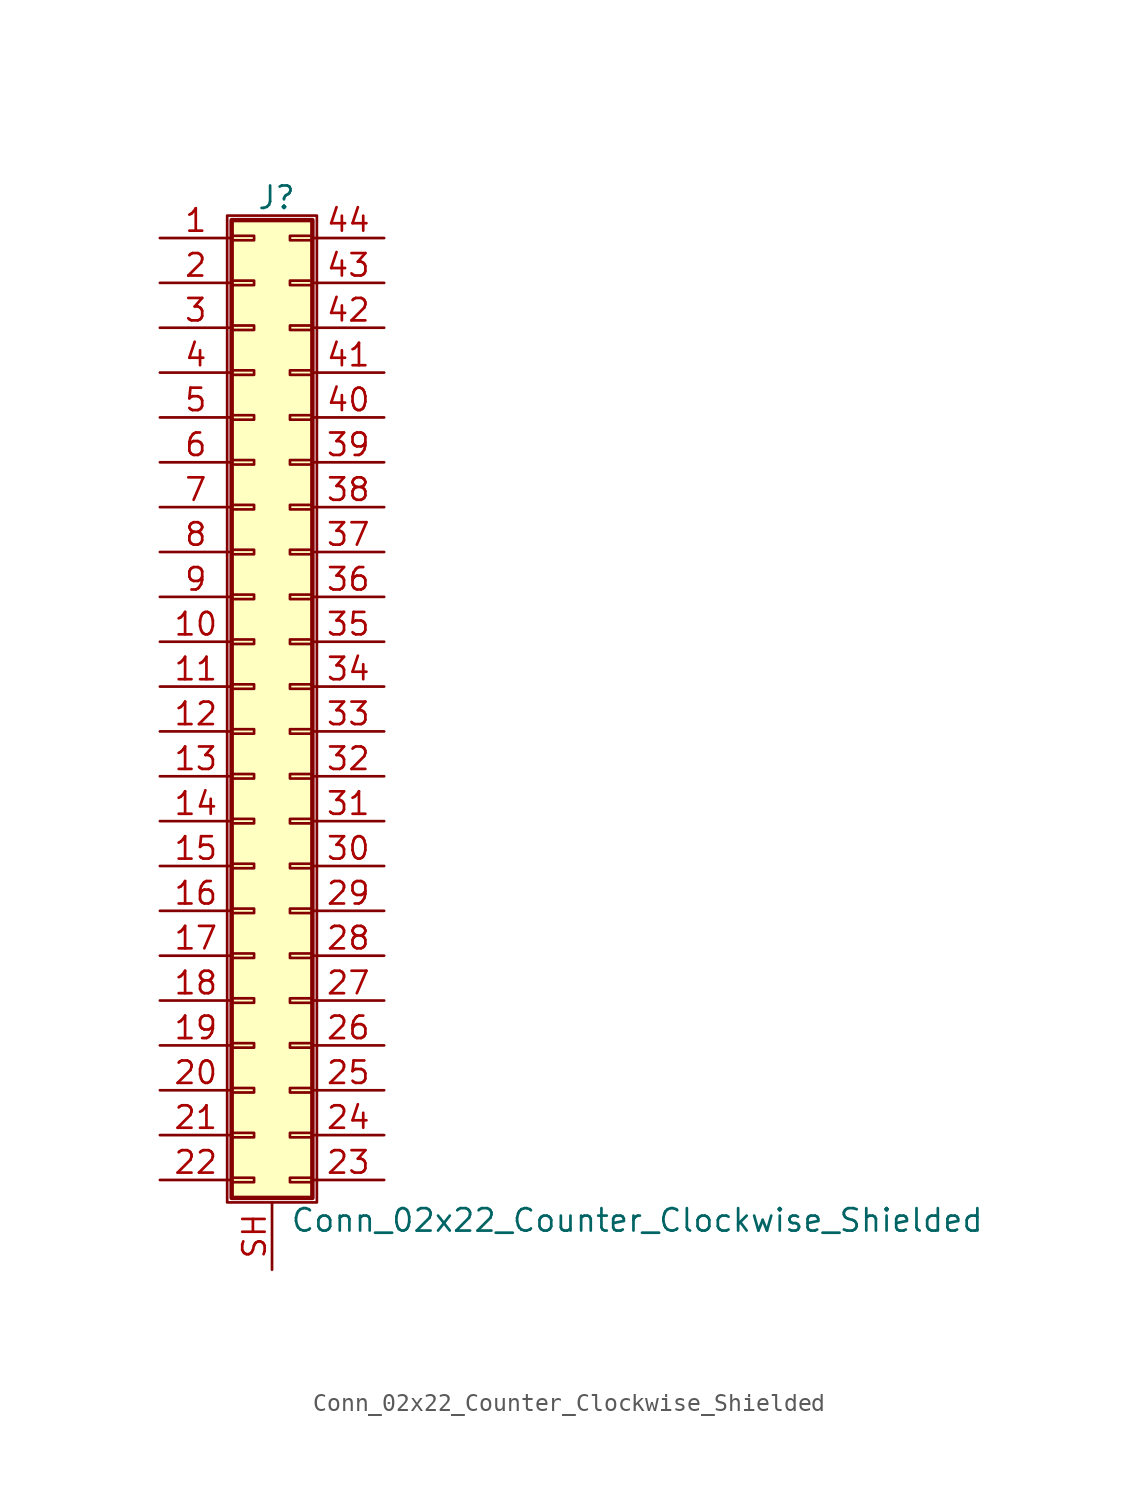
<source format=kicad_sym>
(kicad_symbol_lib
  (version 20211014)
  (generator kicad_symbol_editor)
  (symbol "Conn_02x22_Counter_Clockwise_Shielded"
    (pin_names
      (offset 1.016) hide)
    (property "Reference" "J"
      (at 1.524 27.686 0)
      (effects (font (size 1.27 1.27))))
    (property "Value" "Conn_02x22_Counter_Clockwise_Shielded"
      (at 2.286 -30.226 0)
      (effects (font (size 1.27 1.27)) (justify left)))
    (symbol "Conn_02x22_Counter_Clockwise_Shielded_1_1"
      (rectangle (start -1.27 26.67) (end 3.81 -29.21) (stroke (width 0.152) (type default) (color 0 0 0 0)) (fill (type none)))
      (rectangle (start -1.016 -27.813) (end 0.254 -28.067) (stroke (width 0.152) (type default) (color 0 0 0 0)) (fill (type none)))
      (rectangle (start -1.016 -25.273) (end 0.254 -25.527) (stroke (width 0.152) (type default) (color 0 0 0 0)) (fill (type none)))
      (rectangle (start -1.016 -22.733) (end 0.254 -22.987) (stroke (width 0.152) (type default) (color 0 0 0 0)) (fill (type none)))
      (rectangle (start -1.016 -20.193) (end 0.254 -20.447) (stroke (width 0.152) (type default) (color 0 0 0 0)) (fill (type none)))
      (rectangle (start -1.016 -17.653) (end 0.254 -17.907) (stroke (width 0.152) (type default) (color 0 0 0 0)) (fill (type none)))
      (rectangle (start -1.016 -15.113) (end 0.254 -15.367) (stroke (width 0.152) (type default) (color 0 0 0 0)) (fill (type none)))
      (rectangle (start -1.016 -12.573) (end 0.254 -12.827) (stroke (width 0.152) (type default) (color 0 0 0 0)) (fill (type none)))
      (rectangle (start -1.016 -10.033) (end 0.254 -10.287) (stroke (width 0.152) (type default) (color 0 0 0 0)) (fill (type none)))
      (rectangle (start -1.016 -7.493) (end 0.254 -7.747) (stroke (width 0.152) (type default) (color 0 0 0 0)) (fill (type none)))
      (rectangle (start -1.016 -4.953) (end 0.254 -5.207) (stroke (width 0.152) (type default) (color 0 0 0 0)) (fill (type none)))
      (rectangle (start -1.016 -2.413) (end 0.254 -2.667) (stroke (width 0.152) (type default) (color 0 0 0 0)) (fill (type none)))
      (rectangle (start -1.016 0.127) (end 0.254 -0.127) (stroke (width 0.152) (type default) (color 0 0 0 0)) (fill (type none)))
      (rectangle (start -1.016 2.667) (end 0.254 2.413) (stroke (width 0.152) (type default) (color 0 0 0 0)) (fill (type none)))
      (rectangle (start -1.016 5.207) (end 0.254 4.953) (stroke (width 0.152) (type default) (color 0 0 0 0)) (fill (type none)))
      (rectangle (start -1.016 7.747) (end 0.254 7.493) (stroke (width 0.152) (type default) (color 0 0 0 0)) (fill (type none)))
      (rectangle (start -1.016 10.287) (end 0.254 10.033) (stroke (width 0.152) (type default) (color 0 0 0 0)) (fill (type none)))
      (rectangle (start -1.016 12.827) (end 0.254 12.573) (stroke (width 0.152) (type default) (color 0 0 0 0)) (fill (type none)))
      (rectangle (start -1.016 15.367) (end 0.254 15.113) (stroke (width 0.152) (type default) (color 0 0 0 0)) (fill (type none)))
      (rectangle (start -1.016 17.907) (end 0.254 17.653) (stroke (width 0.152) (type default) (color 0 0 0 0)) (fill (type none)))
      (rectangle (start -1.016 20.447) (end 0.254 20.193) (stroke (width 0.152) (type default) (color 0 0 0 0)) (fill (type none)))
      (rectangle (start -1.016 22.987) (end 0.254 22.733) (stroke (width 0.152) (type default) (color 0 0 0 0)) (fill (type none)))
      (rectangle (start -1.016 25.527) (end 0.254 25.273) (stroke (width 0.152) (type default) (color 0 0 0 0)) (fill (type none)))
      (rectangle (start -1.016 26.416) (end 3.556 -28.956) (stroke (width 0.254) (type default) (color 0 0 0 0)) (fill (type background)))
      (rectangle (start 3.556 -27.813) (end 2.286 -28.067) (stroke (width 0.152) (type default) (color 0 0 0 0)) (fill (type none)))
      (rectangle (start 3.556 -25.273) (end 2.286 -25.527) (stroke (width 0.152) (type default) (color 0 0 0 0)) (fill (type none)))
      (rectangle (start 3.556 -22.733) (end 2.286 -22.987) (stroke (width 0.152) (type default) (color 0 0 0 0)) (fill (type none)))
      (rectangle (start 3.556 -20.193) (end 2.286 -20.447) (stroke (width 0.152) (type default) (color 0 0 0 0)) (fill (type none)))
      (rectangle (start 3.556 -17.653) (end 2.286 -17.907) (stroke (width 0.152) (type default) (color 0 0 0 0)) (fill (type none)))
      (rectangle (start 3.556 -15.113) (end 2.286 -15.367) (stroke (width 0.152) (type default) (color 0 0 0 0)) (fill (type none)))
      (rectangle (start 3.556 -12.573) (end 2.286 -12.827) (stroke (width 0.152) (type default) (color 0 0 0 0)) (fill (type none)))
      (rectangle (start 3.556 -10.033) (end 2.286 -10.287) (stroke (width 0.152) (type default) (color 0 0 0 0)) (fill (type none)))
      (rectangle (start 3.556 -7.493) (end 2.286 -7.747) (stroke (width 0.152) (type default) (color 0 0 0 0)) (fill (type none)))
      (rectangle (start 3.556 -4.953) (end 2.286 -5.207) (stroke (width 0.152) (type default) (color 0 0 0 0)) (fill (type none)))
      (rectangle (start 3.556 -2.413) (end 2.286 -2.667) (stroke (width 0.152) (type default) (color 0 0 0 0)) (fill (type none)))
      (rectangle (start 3.556 0.127) (end 2.286 -0.127) (stroke (width 0.152) (type default) (color 0 0 0 0)) (fill (type none)))
      (rectangle (start 3.556 2.667) (end 2.286 2.413) (stroke (width 0.152) (type default) (color 0 0 0 0)) (fill (type none)))
      (rectangle (start 3.556 5.207) (end 2.286 4.953) (stroke (width 0.152) (type default) (color 0 0 0 0)) (fill (type none)))
      (rectangle (start 3.556 7.747) (end 2.286 7.493) (stroke (width 0.152) (type default) (color 0 0 0 0)) (fill (type none)))
      (rectangle (start 3.556 10.287) (end 2.286 10.033) (stroke (width 0.152) (type default) (color 0 0 0 0)) (fill (type none)))
      (rectangle (start 3.556 12.827) (end 2.286 12.573) (stroke (width 0.152) (type default) (color 0 0 0 0)) (fill (type none)))
      (rectangle (start 3.556 15.367) (end 2.286 15.113) (stroke (width 0.152) (type default) (color 0 0 0 0)) (fill (type none)))
      (rectangle (start 3.556 17.907) (end 2.286 17.653) (stroke (width 0.152) (type default) (color 0 0 0 0)) (fill (type none)))
      (rectangle (start 3.556 20.447) (end 2.286 20.193) (stroke (width 0.152) (type default) (color 0 0 0 0)) (fill (type none)))
      (rectangle (start 3.556 22.987) (end 2.286 22.733) (stroke (width 0.152) (type default) (color 0 0 0 0)) (fill (type none)))
      (rectangle (start 3.556 25.527) (end 2.286 25.273) (stroke (width 0.152) (type default) (color 0 0 0 0)) (fill (type none)))
      (pin passive line (at -5.08 25.4 0) (length 4.064) (name "Pin_1" (effects (font (size 1.27 1.27)))) (number "1" (effects (font (size 1.27 1.27)))))
      (pin passive line (at -5.08 2.54 0) (length 4.064) (name "Pin_10" (effects (font (size 1.27 1.27)))) (number "10" (effects (font (size 1.27 1.27)))))
      (pin passive line (at -5.08 0 0) (length 4.064) (name "Pin_11" (effects (font (size 1.27 1.27)))) (number "11" (effects (font (size 1.27 1.27)))))
      (pin passive line (at -5.08 -2.54 0) (length 4.064) (name "Pin_12" (effects (font (size 1.27 1.27)))) (number "12" (effects (font (size 1.27 1.27)))))
      (pin passive line (at -5.08 -5.08 0) (length 4.064) (name "Pin_13" (effects (font (size 1.27 1.27)))) (number "13" (effects (font (size 1.27 1.27)))))
      (pin passive line (at -5.08 -7.62 0) (length 4.064) (name "Pin_14" (effects (font (size 1.27 1.27)))) (number "14" (effects (font (size 1.27 1.27)))))
      (pin passive line (at -5.08 -10.16 0) (length 4.064) (name "Pin_15" (effects (font (size 1.27 1.27)))) (number "15" (effects (font (size 1.27 1.27)))))
      (pin passive line (at -5.08 -12.7 0) (length 4.064) (name "Pin_16" (effects (font (size 1.27 1.27)))) (number "16" (effects (font (size 1.27 1.27)))))
      (pin passive line (at -5.08 -15.24 0) (length 4.064) (name "Pin_17" (effects (font (size 1.27 1.27)))) (number "17" (effects (font (size 1.27 1.27)))))
      (pin passive line (at -5.08 -17.78 0) (length 4.064) (name "Pin_18" (effects (font (size 1.27 1.27)))) (number "18" (effects (font (size 1.27 1.27)))))
      (pin passive line (at -5.08 -20.32 0) (length 4.064) (name "Pin_19" (effects (font (size 1.27 1.27)))) (number "19" (effects (font (size 1.27 1.27)))))
      (pin passive line (at -5.08 22.86 0) (length 4.064) (name "Pin_2" (effects (font (size 1.27 1.27)))) (number "2" (effects (font (size 1.27 1.27)))))
      (pin passive line (at -5.08 -22.86 0) (length 4.064) (name "Pin_20" (effects (font (size 1.27 1.27)))) (number "20" (effects (font (size 1.27 1.27)))))
      (pin passive line (at -5.08 -25.4 0) (length 4.064) (name "Pin_21" (effects (font (size 1.27 1.27)))) (number "21" (effects (font (size 1.27 1.27)))))
      (pin passive line (at -5.08 -27.94 0) (length 4.064) (name "Pin_22" (effects (font (size 1.27 1.27)))) (number "22" (effects (font (size 1.27 1.27)))))
      (pin passive line (at 7.62 -27.94 180) (length 4.064) (name "Pin_23" (effects (font (size 1.27 1.27)))) (number "23" (effects (font (size 1.27 1.27)))))
      (pin passive line (at 7.62 -25.4 180) (length 4.064) (name "Pin_24" (effects (font (size 1.27 1.27)))) (number "24" (effects (font (size 1.27 1.27)))))
      (pin passive line (at 7.62 -22.86 180) (length 4.064) (name "Pin_25" (effects (font (size 1.27 1.27)))) (number "25" (effects (font (size 1.27 1.27)))))
      (pin passive line (at 7.62 -20.32 180) (length 4.064) (name "Pin_26" (effects (font (size 1.27 1.27)))) (number "26" (effects (font (size 1.27 1.27)))))
      (pin passive line (at 7.62 -17.78 180) (length 4.064) (name "Pin_27" (effects (font (size 1.27 1.27)))) (number "27" (effects (font (size 1.27 1.27)))))
      (pin passive line (at 7.62 -15.24 180) (length 4.064) (name "Pin_28" (effects (font (size 1.27 1.27)))) (number "28" (effects (font (size 1.27 1.27)))))
      (pin passive line (at 7.62 -12.7 180) (length 4.064) (name "Pin_29" (effects (font (size 1.27 1.27)))) (number "29" (effects (font (size 1.27 1.27)))))
      (pin passive line (at -5.08 20.32 0) (length 4.064) (name "Pin_3" (effects (font (size 1.27 1.27)))) (number "3" (effects (font (size 1.27 1.27)))))
      (pin passive line (at 7.62 -10.16 180) (length 4.064) (name "Pin_30" (effects (font (size 1.27 1.27)))) (number "30" (effects (font (size 1.27 1.27)))))
      (pin passive line (at 7.62 -7.62 180) (length 4.064) (name "Pin_31" (effects (font (size 1.27 1.27)))) (number "31" (effects (font (size 1.27 1.27)))))
      (pin passive line (at 7.62 -5.08 180) (length 4.064) (name "Pin_32" (effects (font (size 1.27 1.27)))) (number "32" (effects (font (size 1.27 1.27)))))
      (pin passive line (at 7.62 -2.54 180) (length 4.064) (name "Pin_33" (effects (font (size 1.27 1.27)))) (number "33" (effects (font (size 1.27 1.27)))))
      (pin passive line (at 7.62 0 180) (length 4.064) (name "Pin_34" (effects (font (size 1.27 1.27)))) (number "34" (effects (font (size 1.27 1.27)))))
      (pin passive line (at 7.62 2.54 180) (length 4.064) (name "Pin_35" (effects (font (size 1.27 1.27)))) (number "35" (effects (font (size 1.27 1.27)))))
      (pin passive line (at 7.62 5.08 180) (length 4.064) (name "Pin_36" (effects (font (size 1.27 1.27)))) (number "36" (effects (font (size 1.27 1.27)))))
      (pin passive line (at 7.62 7.62 180) (length 4.064) (name "Pin_37" (effects (font (size 1.27 1.27)))) (number "37" (effects (font (size 1.27 1.27)))))
      (pin passive line (at 7.62 10.16 180) (length 4.064) (name "Pin_38" (effects (font (size 1.27 1.27)))) (number "38" (effects (font (size 1.27 1.27)))))
      (pin passive line (at 7.62 12.7 180) (length 4.064) (name "Pin_39" (effects (font (size 1.27 1.27)))) (number "39" (effects (font (size 1.27 1.27)))))
      (pin passive line (at -5.08 17.78 0) (length 4.064) (name "Pin_4" (effects (font (size 1.27 1.27)))) (number "4" (effects (font (size 1.27 1.27)))))
      (pin passive line (at 7.62 15.24 180) (length 4.064) (name "Pin_40" (effects (font (size 1.27 1.27)))) (number "40" (effects (font (size 1.27 1.27)))))
      (pin passive line (at 7.62 17.78 180) (length 4.064) (name "Pin_41" (effects (font (size 1.27 1.27)))) (number "41" (effects (font (size 1.27 1.27)))))
      (pin passive line (at 7.62 20.32 180) (length 4.064) (name "Pin_42" (effects (font (size 1.27 1.27)))) (number "42" (effects (font (size 1.27 1.27)))))
      (pin passive line (at 7.62 22.86 180) (length 4.064) (name "Pin_43" (effects (font (size 1.27 1.27)))) (number "43" (effects (font (size 1.27 1.27)))))
      (pin passive line (at 7.62 25.4 180) (length 4.064) (name "Pin_44" (effects (font (size 1.27 1.27)))) (number "44" (effects (font (size 1.27 1.27)))))
      (pin passive line (at -5.08 15.24 0) (length 4.064) (name "Pin_5" (effects (font (size 1.27 1.27)))) (number "5" (effects (font (size 1.27 1.27)))))
      (pin passive line (at -5.08 12.7 0) (length 4.064) (name "Pin_6" (effects (font (size 1.27 1.27)))) (number "6" (effects (font (size 1.27 1.27)))))
      (pin passive line (at -5.08 10.16 0) (length 4.064) (name "Pin_7" (effects (font (size 1.27 1.27)))) (number "7" (effects (font (size 1.27 1.27)))))
      (pin passive line (at -5.08 7.62 0) (length 4.064) (name "Pin_8" (effects (font (size 1.27 1.27)))) (number "8" (effects (font (size 1.27 1.27)))))
      (pin passive line (at -5.08 5.08 0) (length 4.064) (name "Pin_9" (effects (font (size 1.27 1.27)))) (number "9" (effects (font (size 1.27 1.27)))))
      (pin passive line (at 1.27 -33.02 90) (length 3.81) (name "Shield" (effects (font (size 1.27 1.27)))) (number "SH" (effects (font (size 1.27 1.27))))))))
</source>
